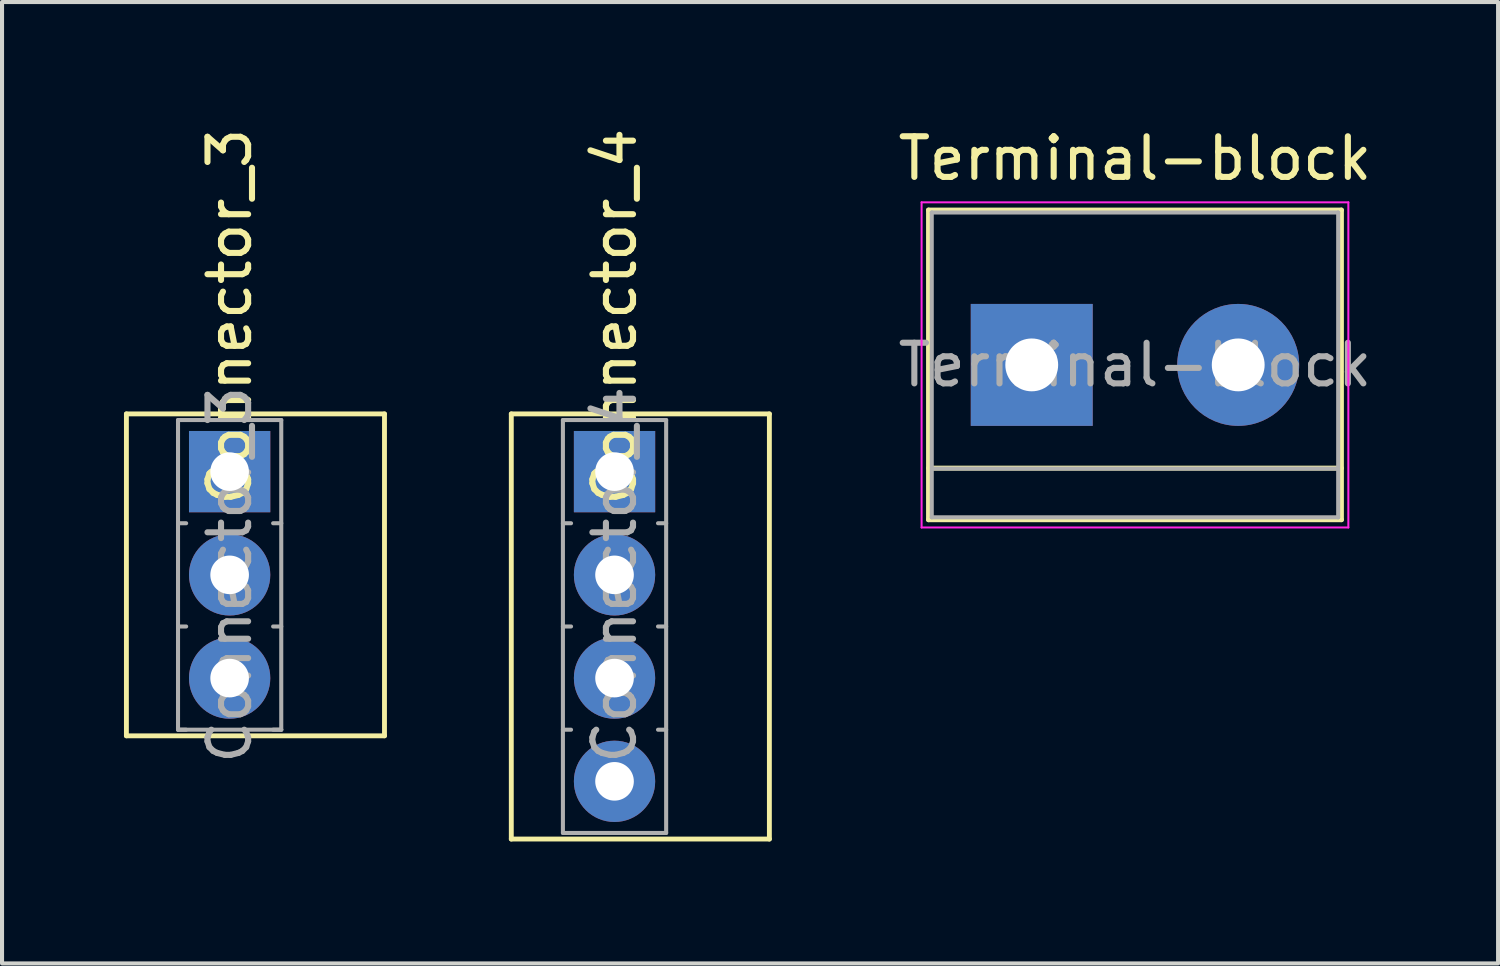
<source format=kicad_pcb>
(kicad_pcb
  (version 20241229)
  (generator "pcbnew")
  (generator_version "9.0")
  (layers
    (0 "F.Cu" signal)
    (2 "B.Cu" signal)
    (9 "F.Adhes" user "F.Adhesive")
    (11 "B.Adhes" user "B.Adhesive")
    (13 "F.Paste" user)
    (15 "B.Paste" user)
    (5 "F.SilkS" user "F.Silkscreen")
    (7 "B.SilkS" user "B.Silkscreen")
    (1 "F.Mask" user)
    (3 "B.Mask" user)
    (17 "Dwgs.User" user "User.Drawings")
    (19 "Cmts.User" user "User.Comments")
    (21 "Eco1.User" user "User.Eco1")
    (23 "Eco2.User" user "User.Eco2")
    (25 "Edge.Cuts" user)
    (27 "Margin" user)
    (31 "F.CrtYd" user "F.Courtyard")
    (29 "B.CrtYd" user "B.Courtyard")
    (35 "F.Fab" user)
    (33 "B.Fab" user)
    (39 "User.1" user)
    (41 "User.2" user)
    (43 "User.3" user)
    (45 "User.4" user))
  (footprint "Connector_3"
    (layer "F.Cu")
    (at 2.6 8.554)
    (property "Reference" "Connector_3" (at 0 -3.81 90) (layer "F.SilkS") (effects (font (size 1 1) (thickness 0.15))))
    (attr through_hole)
    (fp_line (start -2.54 -1.42) (end 3.81 -1.42) (stroke (width 0.12) (type solid)) (layer "F.SilkS"))
    (fp_line (start -2.54 6.5) (end -2.54 -1.42) (stroke (width 0.12) (type solid)) (layer "F.SilkS"))
    (fp_line (start 3.81 -1.42) (end 3.81 6.5) (stroke (width 0.12) (type solid)) (layer "F.SilkS"))
    (fp_line (start 3.81 6.5) (end -2.54 6.5) (stroke (width 0.12) (type solid)) (layer "F.SilkS"))
    (fp_line (start -1.27 -1.27) (end -1.27 6.35) (stroke (width 0.1) (type solid)) (layer "F.Fab"))
    (fp_line (start -1.27 1.27) (end -1.07 1.27) (stroke (width 0.1) (type solid)) (layer "F.Fab"))
    (fp_line (start -1.27 3.81) (end -1.07 3.81) (stroke (width 0.1) (type solid)) (layer "F.Fab"))
    (fp_line (start -1.27 6.35) (end -1.07 6.35) (stroke (width 0.1) (type solid)) (layer "F.Fab"))
    (fp_line (start -1.27 6.35) (end 1.27 6.35) (stroke (width 0.1) (type solid)) (layer "F.Fab"))
    (fp_line (start 1.27 -1.27) (end -1.27 -1.27) (stroke (width 0.1) (type solid)) (layer "F.Fab"))
    (fp_line (start 1.27 1.27) (end 1.07 1.27) (stroke (width 0.1) (type solid)) (layer "F.Fab"))
    (fp_line (start 1.27 3.81) (end 1.07 3.81) (stroke (width 0.1) (type solid)) (layer "F.Fab"))
    (fp_line (start 1.27 6.35) (end 1.07 6.35) (stroke (width 0.1) (type solid)) (layer "F.Fab"))
    (fp_line (start 1.27 6.35) (end 1.27 -1.27) (stroke (width 0.1) (type solid)) (layer "F.Fab"))
    (fp_text user "${REFERENCE}" (at 0 2.54 90) (layer "F.Fab") (effects (font (size 1 1) (thickness 0.15))))
    (pad "1" thru_hole rect (at 0 0) (size 2 2) (drill 0.95) (layers "*.Cu" "*.Mask"))
    (pad "2" thru_hole circle (at 0 2.54) (size 2 2) (drill 0.95) (layers "*.Cu" "*.Mask"))
    (pad "3" thru_hole circle (at 0 5.08) (size 2 2) (drill 0.95) (layers "*.Cu" "*.Mask")))
  (footprint "Terminal-block"
    (layer "F.Cu")
    (at 22.335 5.928)
    (property "Reference" "Terminal-block" (at 2.54 -5.08 0) (layer "F.SilkS") (effects (font (size 1 1) (thickness 0.15))))
    (attr through_hole)
    (fp_line (start -2.54 -3.81) (end -2.54 3.81) (stroke (width 0.12) (type solid)) (layer "F.SilkS"))
    (fp_line (start -2.54 3.81) (end 7.62 3.81) (stroke (width 0.12) (type solid)) (layer "F.SilkS"))
    (fp_line (start 7.62 -3.81) (end -2.54 -3.81) (stroke (width 0.12) (type solid)) (layer "F.SilkS"))
    (fp_line (start 7.62 2.54) (end -2.54 2.54) (stroke (width 0.12) (type solid)) (layer "F.SilkS"))
    (fp_line (start 7.62 3.81) (end 7.62 -3.81) (stroke (width 0.12) (type solid)) (layer "F.SilkS"))
    (fp_line (start -2.71 -4) (end -2.71 4) (stroke (width 0.05) (type solid)) (layer "F.CrtYd"))
    (fp_line (start -2.71 -4) (end 7.79 -4) (stroke (width 0.05) (type solid)) (layer "F.CrtYd"))
    (fp_line (start 7.79 4) (end -2.71 4) (stroke (width 0.05) (type solid)) (layer "F.CrtYd"))
    (fp_line (start 7.79 4) (end 7.79 -4) (stroke (width 0.05) (type solid)) (layer "F.CrtYd"))
    (fp_line (start -2.46 -3.75) (end -2.46 3.75) (stroke (width 0.1) (type solid)) (layer "F.Fab"))
    (fp_line (start -2.46 3.75) (end 7.54 3.75) (stroke (width 0.1) (type solid)) (layer "F.Fab"))
    (fp_line (start -2.41 2.55) (end 7.49 2.55) (stroke (width 0.1) (type solid)) (layer "F.Fab"))
    (fp_line (start 7.54 -3.75) (end -2.46 -3.75) (stroke (width 0.1) (type solid)) (layer "F.Fab"))
    (fp_line (start 7.54 3.75) (end 7.54 -3.75) (stroke (width 0.1) (type solid)) (layer "F.Fab"))
    (fp_text user "${REFERENCE}" (at 2.54 0 0) (layer "F.Fab") (effects (font (size 1 1) (thickness 0.15))))
    (pad "1" thru_hole rect (at 0 0) (size 3 3) (drill 1.3) (layers "*.Cu" "*.Mask"))
    (pad "2" thru_hole circle (at 5.08 0) (size 3 3) (drill 1.3) (layers "*.Cu" "*.Mask")))
  (footprint "Connector_4"
    (layer "F.Cu")
    (at 12.07 8.554)
    (property "Reference" "Connector_4" (at 0 -3.81 90) (layer "F.SilkS") (effects (font (size 1 1) (thickness 0.15))))
    (attr through_hole)
    (fp_line (start -2.54 -1.42) (end 3.81 -1.42) (stroke (width 0.12) (type solid)) (layer "F.SilkS"))
    (fp_line (start -2.54 9.04) (end -2.54 -1.42) (stroke (width 0.12) (type solid)) (layer "F.SilkS"))
    (fp_line (start 3.81 -1.42) (end 3.81 9.04) (stroke (width 0.12) (type solid)) (layer "F.SilkS"))
    (fp_line (start 3.81 9.04) (end -2.54 9.04) (stroke (width 0.12) (type solid)) (layer "F.SilkS"))
    (fp_line (start -1.27 -1.27) (end -1.27 8.89) (stroke (width 0.1) (type solid)) (layer "F.Fab"))
    (fp_line (start -1.27 1.27) (end -1.07 1.27) (stroke (width 0.1) (type solid)) (layer "F.Fab"))
    (fp_line (start -1.27 3.81) (end -1.07 3.81) (stroke (width 0.1) (type solid)) (layer "F.Fab"))
    (fp_line (start -1.27 6.35) (end -1.07 6.35) (stroke (width 0.1) (type solid)) (layer "F.Fab"))
    (fp_line (start -1.27 8.89) (end 1.27 8.89) (stroke (width 0.1) (type solid)) (layer "F.Fab"))
    (fp_line (start 1.27 -1.27) (end -1.27 -1.27) (stroke (width 0.1) (type solid)) (layer "F.Fab"))
    (fp_line (start 1.27 1.27) (end 1.07 1.27) (stroke (width 0.1) (type solid)) (layer "F.Fab"))
    (fp_line (start 1.27 3.81) (end 1.07 3.81) (stroke (width 0.1) (type solid)) (layer "F.Fab"))
    (fp_line (start 1.27 6.35) (end 1.07 6.35) (stroke (width 0.1) (type solid)) (layer "F.Fab"))
    (fp_line (start 1.27 8.89) (end 1.27 -1.27) (stroke (width 0.1) (type solid)) (layer "F.Fab"))
    (fp_text user "${REFERENCE}" (at 0 2.54 90) (layer "F.Fab") (effects (font (size 1 1) (thickness 0.15))))
    (pad "1" thru_hole rect (at 0 0) (size 2 2) (drill 0.95) (layers "*.Cu" "*.Mask"))
    (pad "2" thru_hole circle (at 0 2.54) (size 2 2) (drill 0.95) (layers "*.Cu" "*.Mask"))
    (pad "3" thru_hole circle (at 0 5.08) (size 2 2) (drill 0.95) (layers "*.Cu" "*.Mask"))
    (pad "4" thru_hole circle (at 0 7.62) (size 2 2) (drill 0.95) (layers "*.Cu" "*.Mask")))
  (gr_rect
    (start -3 -3)
    (end 33.809 20.654)
    (stroke (width 0.1) (type default))
    (fill no)
    (layer "Edge.Cuts")))
</source>
